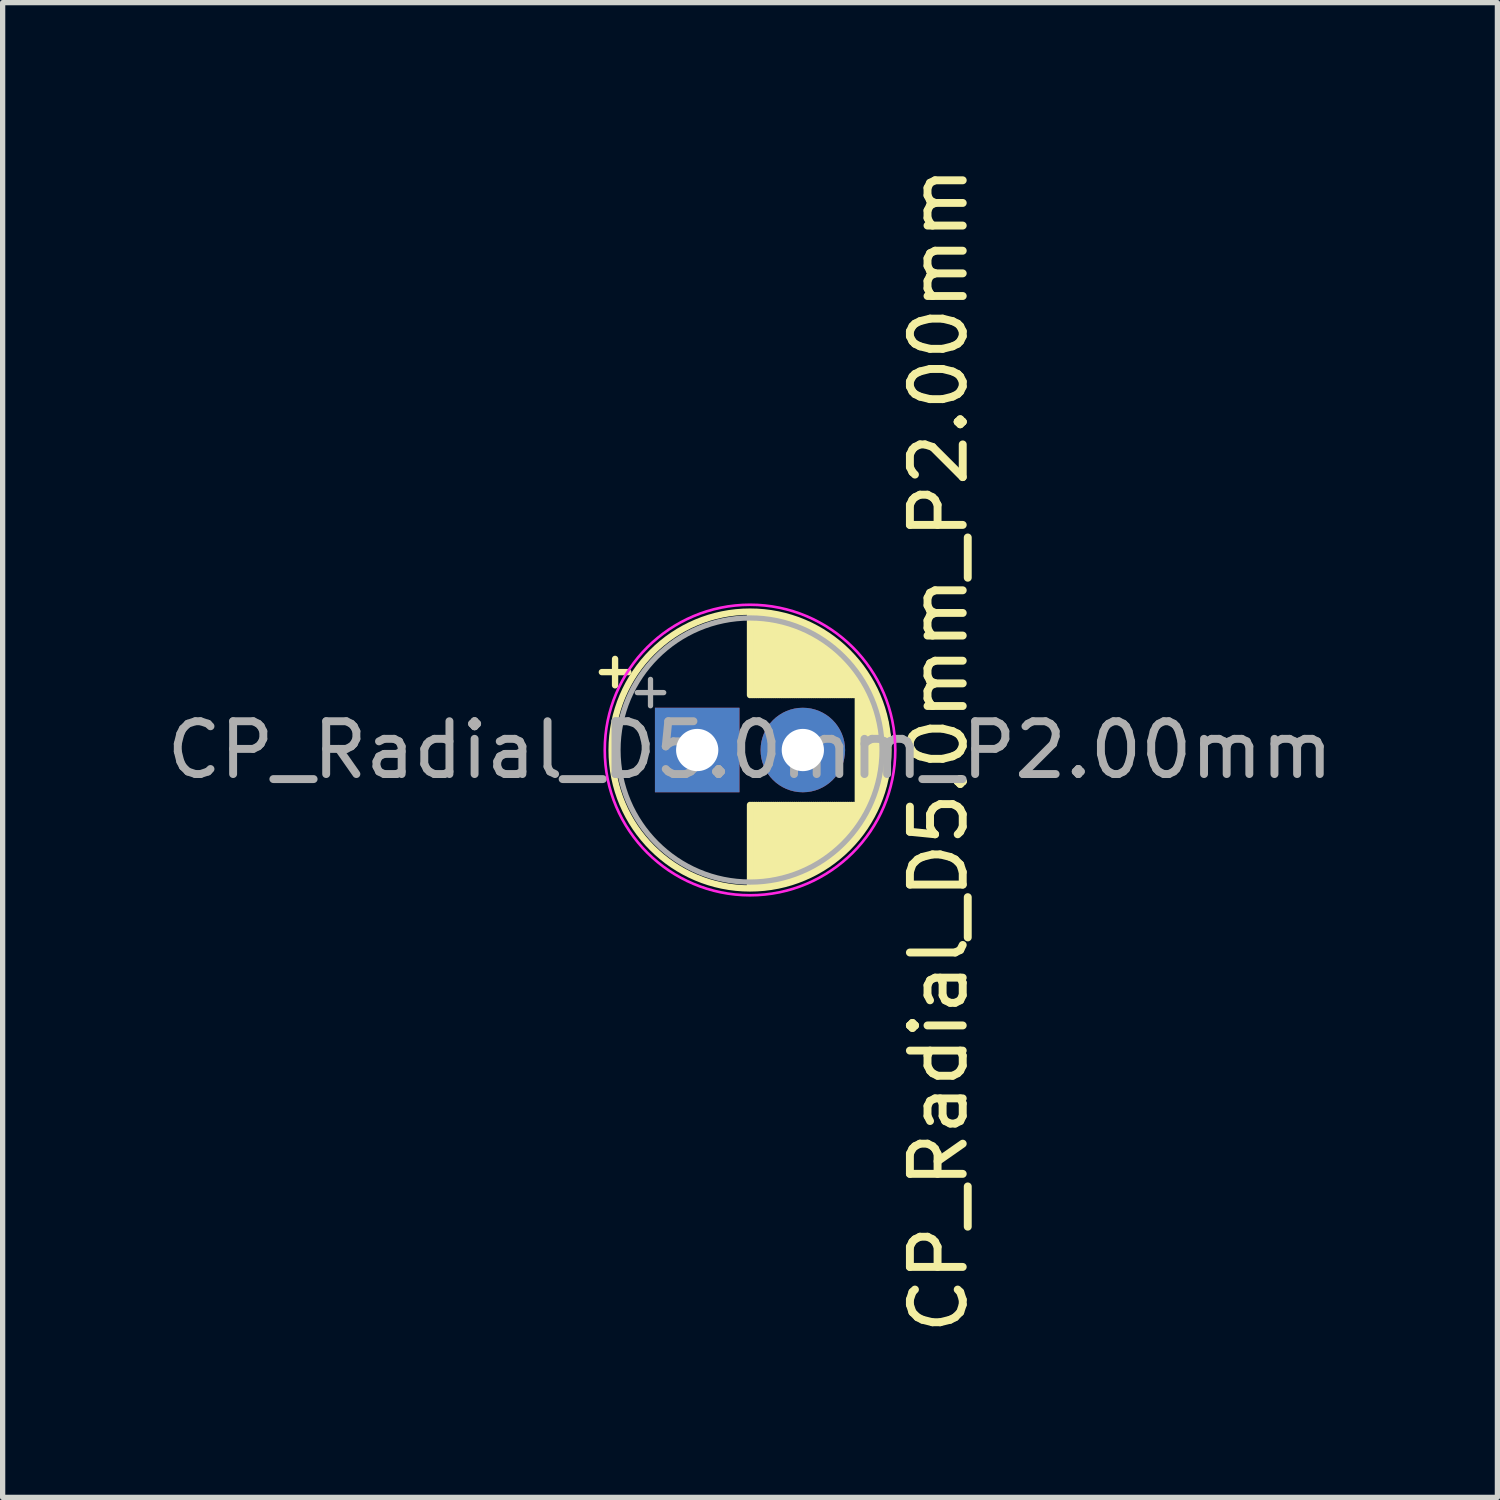
<source format=kicad_pcb>
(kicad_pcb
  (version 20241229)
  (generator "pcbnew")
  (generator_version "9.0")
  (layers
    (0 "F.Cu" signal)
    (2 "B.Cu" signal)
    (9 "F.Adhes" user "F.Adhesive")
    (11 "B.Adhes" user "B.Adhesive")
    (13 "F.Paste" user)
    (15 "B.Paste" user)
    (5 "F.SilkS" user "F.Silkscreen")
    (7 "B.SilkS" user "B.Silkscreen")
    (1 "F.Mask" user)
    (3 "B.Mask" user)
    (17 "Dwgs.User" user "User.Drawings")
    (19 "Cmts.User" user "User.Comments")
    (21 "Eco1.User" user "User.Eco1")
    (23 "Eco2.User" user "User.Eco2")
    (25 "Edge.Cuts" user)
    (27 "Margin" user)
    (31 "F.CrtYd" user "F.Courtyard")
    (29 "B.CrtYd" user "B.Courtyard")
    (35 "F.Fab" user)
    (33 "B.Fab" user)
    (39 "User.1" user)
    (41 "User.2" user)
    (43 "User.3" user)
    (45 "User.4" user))
  (footprint "CP_Radial_D5.0mm_P2.00mm"
    (layer "F.Cu")
    (at 10.149 11.149)
    (property "Reference" "CP_Radial_D5.0mm_P2.00mm" (at 4.572 0 90) (layer "F.SilkS") (effects (font (size 1 1) (thickness 0.15))))
    (attr through_hole)
    (fp_line (start -1.805 -1.475) (end -1.305 -1.475) (stroke (width 0.12) (type solid)) (layer "F.SilkS"))
    (fp_line (start -1.555 -1.725) (end -1.555 -1.225) (stroke (width 0.12) (type solid)) (layer "F.SilkS"))
    (fp_line (start 1 -2.58) (end 1 -1.04) (stroke (width 0.12) (type solid)) (layer "F.SilkS"))
    (fp_line (start 1 1.04) (end 1 2.58) (stroke (width 0.12) (type solid)) (layer "F.SilkS"))
    (fp_line (start 1.04 -2.58) (end 1.04 -1.04) (stroke (width 0.12) (type solid)) (layer "F.SilkS"))
    (fp_line (start 1.04 1.04) (end 1.04 2.58) (stroke (width 0.12) (type solid)) (layer "F.SilkS"))
    (fp_line (start 1.08 -2.579) (end 1.08 -1.04) (stroke (width 0.12) (type solid)) (layer "F.SilkS"))
    (fp_line (start 1.08 1.04) (end 1.08 2.579) (stroke (width 0.12) (type solid)) (layer "F.SilkS"))
    (fp_line (start 1.12 -2.578) (end 1.12 -1.04) (stroke (width 0.12) (type solid)) (layer "F.SilkS"))
    (fp_line (start 1.12 1.04) (end 1.12 2.578) (stroke (width 0.12) (type solid)) (layer "F.SilkS"))
    (fp_line (start 1.16 -2.576) (end 1.16 -1.04) (stroke (width 0.12) (type solid)) (layer "F.SilkS"))
    (fp_line (start 1.16 1.04) (end 1.16 2.576) (stroke (width 0.12) (type solid)) (layer "F.SilkS"))
    (fp_line (start 1.2 -2.573) (end 1.2 -1.04) (stroke (width 0.12) (type solid)) (layer "F.SilkS"))
    (fp_line (start 1.2 1.04) (end 1.2 2.573) (stroke (width 0.12) (type solid)) (layer "F.SilkS"))
    (fp_line (start 1.24 -2.569) (end 1.24 -1.04) (stroke (width 0.12) (type solid)) (layer "F.SilkS"))
    (fp_line (start 1.24 1.04) (end 1.24 2.569) (stroke (width 0.12) (type solid)) (layer "F.SilkS"))
    (fp_line (start 1.28 -2.565) (end 1.28 -1.04) (stroke (width 0.12) (type solid)) (layer "F.SilkS"))
    (fp_line (start 1.28 1.04) (end 1.28 2.565) (stroke (width 0.12) (type solid)) (layer "F.SilkS"))
    (fp_line (start 1.32 -2.561) (end 1.32 -1.04) (stroke (width 0.12) (type solid)) (layer "F.SilkS"))
    (fp_line (start 1.32 1.04) (end 1.32 2.561) (stroke (width 0.12) (type solid)) (layer "F.SilkS"))
    (fp_line (start 1.36 -2.556) (end 1.36 -1.04) (stroke (width 0.12) (type solid)) (layer "F.SilkS"))
    (fp_line (start 1.36 1.04) (end 1.36 2.556) (stroke (width 0.12) (type solid)) (layer "F.SilkS"))
    (fp_line (start 1.4 -2.55) (end 1.4 -1.04) (stroke (width 0.12) (type solid)) (layer "F.SilkS"))
    (fp_line (start 1.4 1.04) (end 1.4 2.55) (stroke (width 0.12) (type solid)) (layer "F.SilkS"))
    (fp_line (start 1.44 -2.543) (end 1.44 -1.04) (stroke (width 0.12) (type solid)) (layer "F.SilkS"))
    (fp_line (start 1.44 1.04) (end 1.44 2.543) (stroke (width 0.12) (type solid)) (layer "F.SilkS"))
    (fp_line (start 1.48 -2.536) (end 1.48 -1.04) (stroke (width 0.12) (type solid)) (layer "F.SilkS"))
    (fp_line (start 1.48 1.04) (end 1.48 2.536) (stroke (width 0.12) (type solid)) (layer "F.SilkS"))
    (fp_line (start 1.52 -2.528) (end 1.52 -1.04) (stroke (width 0.12) (type solid)) (layer "F.SilkS"))
    (fp_line (start 1.52 1.04) (end 1.52 2.528) (stroke (width 0.12) (type solid)) (layer "F.SilkS"))
    (fp_line (start 1.56 -2.52) (end 1.56 -1.04) (stroke (width 0.12) (type solid)) (layer "F.SilkS"))
    (fp_line (start 1.56 1.04) (end 1.56 2.52) (stroke (width 0.12) (type solid)) (layer "F.SilkS"))
    (fp_line (start 1.6 -2.511) (end 1.6 -1.04) (stroke (width 0.12) (type solid)) (layer "F.SilkS"))
    (fp_line (start 1.6 1.04) (end 1.6 2.511) (stroke (width 0.12) (type solid)) (layer "F.SilkS"))
    (fp_line (start 1.64 -2.501) (end 1.64 -1.04) (stroke (width 0.12) (type solid)) (layer "F.SilkS"))
    (fp_line (start 1.64 1.04) (end 1.64 2.501) (stroke (width 0.12) (type solid)) (layer "F.SilkS"))
    (fp_line (start 1.68 -2.491) (end 1.68 -1.04) (stroke (width 0.12) (type solid)) (layer "F.SilkS"))
    (fp_line (start 1.68 1.04) (end 1.68 2.491) (stroke (width 0.12) (type solid)) (layer "F.SilkS"))
    (fp_line (start 1.721 -2.48) (end 1.721 -1.04) (stroke (width 0.12) (type solid)) (layer "F.SilkS"))
    (fp_line (start 1.721 1.04) (end 1.721 2.48) (stroke (width 0.12) (type solid)) (layer "F.SilkS"))
    (fp_line (start 1.761 -2.468) (end 1.761 -1.04) (stroke (width 0.12) (type solid)) (layer "F.SilkS"))
    (fp_line (start 1.761 1.04) (end 1.761 2.468) (stroke (width 0.12) (type solid)) (layer "F.SilkS"))
    (fp_line (start 1.801 -2.455) (end 1.801 -1.04) (stroke (width 0.12) (type solid)) (layer "F.SilkS"))
    (fp_line (start 1.801 1.04) (end 1.801 2.455) (stroke (width 0.12) (type solid)) (layer "F.SilkS"))
    (fp_line (start 1.841 -2.442) (end 1.841 -1.04) (stroke (width 0.12) (type solid)) (layer "F.SilkS"))
    (fp_line (start 1.841 1.04) (end 1.841 2.442) (stroke (width 0.12) (type solid)) (layer "F.SilkS"))
    (fp_line (start 1.881 -2.428) (end 1.881 -1.04) (stroke (width 0.12) (type solid)) (layer "F.SilkS"))
    (fp_line (start 1.881 1.04) (end 1.881 2.428) (stroke (width 0.12) (type solid)) (layer "F.SilkS"))
    (fp_line (start 1.921 -2.414) (end 1.921 -1.04) (stroke (width 0.12) (type solid)) (layer "F.SilkS"))
    (fp_line (start 1.921 1.04) (end 1.921 2.414) (stroke (width 0.12) (type solid)) (layer "F.SilkS"))
    (fp_line (start 1.961 -2.398) (end 1.961 -1.04) (stroke (width 0.12) (type solid)) (layer "F.SilkS"))
    (fp_line (start 1.961 1.04) (end 1.961 2.398) (stroke (width 0.12) (type solid)) (layer "F.SilkS"))
    (fp_line (start 2.001 -2.382) (end 2.001 -1.04) (stroke (width 0.12) (type solid)) (layer "F.SilkS"))
    (fp_line (start 2.001 1.04) (end 2.001 2.382) (stroke (width 0.12) (type solid)) (layer "F.SilkS"))
    (fp_line (start 2.041 -2.365) (end 2.041 -1.04) (stroke (width 0.12) (type solid)) (layer "F.SilkS"))
    (fp_line (start 2.041 1.04) (end 2.041 2.365) (stroke (width 0.12) (type solid)) (layer "F.SilkS"))
    (fp_line (start 2.081 -2.348) (end 2.081 -1.04) (stroke (width 0.12) (type solid)) (layer "F.SilkS"))
    (fp_line (start 2.081 1.04) (end 2.081 2.348) (stroke (width 0.12) (type solid)) (layer "F.SilkS"))
    (fp_line (start 2.121 -2.329) (end 2.121 -1.04) (stroke (width 0.12) (type solid)) (layer "F.SilkS"))
    (fp_line (start 2.121 1.04) (end 2.121 2.329) (stroke (width 0.12) (type solid)) (layer "F.SilkS"))
    (fp_line (start 2.161 -2.31) (end 2.161 -1.04) (stroke (width 0.12) (type solid)) (layer "F.SilkS"))
    (fp_line (start 2.161 1.04) (end 2.161 2.31) (stroke (width 0.12) (type solid)) (layer "F.SilkS"))
    (fp_line (start 2.201 -2.29) (end 2.201 -1.04) (stroke (width 0.12) (type solid)) (layer "F.SilkS"))
    (fp_line (start 2.201 1.04) (end 2.201 2.29) (stroke (width 0.12) (type solid)) (layer "F.SilkS"))
    (fp_line (start 2.241 -2.268) (end 2.241 -1.04) (stroke (width 0.12) (type solid)) (layer "F.SilkS"))
    (fp_line (start 2.241 1.04) (end 2.241 2.268) (stroke (width 0.12) (type solid)) (layer "F.SilkS"))
    (fp_line (start 2.281 -2.247) (end 2.281 -1.04) (stroke (width 0.12) (type solid)) (layer "F.SilkS"))
    (fp_line (start 2.281 1.04) (end 2.281 2.247) (stroke (width 0.12) (type solid)) (layer "F.SilkS"))
    (fp_line (start 2.321 -2.224) (end 2.321 -1.04) (stroke (width 0.12) (type solid)) (layer "F.SilkS"))
    (fp_line (start 2.321 1.04) (end 2.321 2.224) (stroke (width 0.12) (type solid)) (layer "F.SilkS"))
    (fp_line (start 2.361 -2.2) (end 2.361 -1.04) (stroke (width 0.12) (type solid)) (layer "F.SilkS"))
    (fp_line (start 2.361 1.04) (end 2.361 2.2) (stroke (width 0.12) (type solid)) (layer "F.SilkS"))
    (fp_line (start 2.401 -2.175) (end 2.401 -1.04) (stroke (width 0.12) (type solid)) (layer "F.SilkS"))
    (fp_line (start 2.401 1.04) (end 2.401 2.175) (stroke (width 0.12) (type solid)) (layer "F.SilkS"))
    (fp_line (start 2.441 -2.149) (end 2.441 -1.04) (stroke (width 0.12) (type solid)) (layer "F.SilkS"))
    (fp_line (start 2.441 1.04) (end 2.441 2.149) (stroke (width 0.12) (type solid)) (layer "F.SilkS"))
    (fp_line (start 2.481 -2.122) (end 2.481 -1.04) (stroke (width 0.12) (type solid)) (layer "F.SilkS"))
    (fp_line (start 2.481 1.04) (end 2.481 2.122) (stroke (width 0.12) (type solid)) (layer "F.SilkS"))
    (fp_line (start 2.521 -2.095) (end 2.521 -1.04) (stroke (width 0.12) (type solid)) (layer "F.SilkS"))
    (fp_line (start 2.521 1.04) (end 2.521 2.095) (stroke (width 0.12) (type solid)) (layer "F.SilkS"))
    (fp_line (start 2.561 -2.065) (end 2.561 -1.04) (stroke (width 0.12) (type solid)) (layer "F.SilkS"))
    (fp_line (start 2.561 1.04) (end 2.561 2.065) (stroke (width 0.12) (type solid)) (layer "F.SilkS"))
    (fp_line (start 2.601 -2.035) (end 2.601 -1.04) (stroke (width 0.12) (type solid)) (layer "F.SilkS"))
    (fp_line (start 2.601 1.04) (end 2.601 2.035) (stroke (width 0.12) (type solid)) (layer "F.SilkS"))
    (fp_line (start 2.641 -2.004) (end 2.641 -1.04) (stroke (width 0.12) (type solid)) (layer "F.SilkS"))
    (fp_line (start 2.641 1.04) (end 2.641 2.004) (stroke (width 0.12) (type solid)) (layer "F.SilkS"))
    (fp_line (start 2.681 -1.971) (end 2.681 -1.04) (stroke (width 0.12) (type solid)) (layer "F.SilkS"))
    (fp_line (start 2.681 1.04) (end 2.681 1.971) (stroke (width 0.12) (type solid)) (layer "F.SilkS"))
    (fp_line (start 2.721 -1.937) (end 2.721 -1.04) (stroke (width 0.12) (type solid)) (layer "F.SilkS"))
    (fp_line (start 2.721 1.04) (end 2.721 1.937) (stroke (width 0.12) (type solid)) (layer "F.SilkS"))
    (fp_line (start 2.761 -1.901) (end 2.761 -1.04) (stroke (width 0.12) (type solid)) (layer "F.SilkS"))
    (fp_line (start 2.761 1.04) (end 2.761 1.901) (stroke (width 0.12) (type solid)) (layer "F.SilkS"))
    (fp_line (start 2.801 -1.864) (end 2.801 -1.04) (stroke (width 0.12) (type solid)) (layer "F.SilkS"))
    (fp_line (start 2.801 1.04) (end 2.801 1.864) (stroke (width 0.12) (type solid)) (layer "F.SilkS"))
    (fp_line (start 2.841 -1.826) (end 2.841 -1.04) (stroke (width 0.12) (type solid)) (layer "F.SilkS"))
    (fp_line (start 2.841 1.04) (end 2.841 1.826) (stroke (width 0.12) (type solid)) (layer "F.SilkS"))
    (fp_line (start 2.881 -1.785) (end 2.881 -1.04) (stroke (width 0.12) (type solid)) (layer "F.SilkS"))
    (fp_line (start 2.881 1.04) (end 2.881 1.785) (stroke (width 0.12) (type solid)) (layer "F.SilkS"))
    (fp_line (start 2.921 -1.743) (end 2.921 -1.04) (stroke (width 0.12) (type solid)) (layer "F.SilkS"))
    (fp_line (start 2.921 1.04) (end 2.921 1.743) (stroke (width 0.12) (type solid)) (layer "F.SilkS"))
    (fp_line (start 2.961 -1.699) (end 2.961 -1.04) (stroke (width 0.12) (type solid)) (layer "F.SilkS"))
    (fp_line (start 2.961 1.04) (end 2.961 1.699) (stroke (width 0.12) (type solid)) (layer "F.SilkS"))
    (fp_line (start 3.001 -1.653) (end 3.001 -1.04) (stroke (width 0.12) (type solid)) (layer "F.SilkS"))
    (fp_line (start 3.001 1.04) (end 3.001 1.653) (stroke (width 0.12) (type solid)) (layer "F.SilkS"))
    (fp_line (start 3.041 -1.605) (end 3.041 1.605) (stroke (width 0.12) (type solid)) (layer "F.SilkS"))
    (fp_line (start 3.081 -1.554) (end 3.081 1.554) (stroke (width 0.12) (type solid)) (layer "F.SilkS"))
    (fp_line (start 3.121 -1.5) (end 3.121 1.5) (stroke (width 0.12) (type solid)) (layer "F.SilkS"))
    (fp_line (start 3.161 -1.443) (end 3.161 1.443) (stroke (width 0.12) (type solid)) (layer "F.SilkS"))
    (fp_line (start 3.201 -1.383) (end 3.201 1.383) (stroke (width 0.12) (type solid)) (layer "F.SilkS"))
    (fp_line (start 3.241 -1.319) (end 3.241 1.319) (stroke (width 0.12) (type solid)) (layer "F.SilkS"))
    (fp_line (start 3.281 -1.251) (end 3.281 1.251) (stroke (width 0.12) (type solid)) (layer "F.SilkS"))
    (fp_line (start 3.321 -1.178) (end 3.321 1.178) (stroke (width 0.12) (type solid)) (layer "F.SilkS"))
    (fp_line (start 3.361 -1.098) (end 3.361 1.098) (stroke (width 0.12) (type solid)) (layer "F.SilkS"))
    (fp_line (start 3.401 -1.011) (end 3.401 1.011) (stroke (width 0.12) (type solid)) (layer "F.SilkS"))
    (fp_line (start 3.441 -0.915) (end 3.441 0.915) (stroke (width 0.12) (type solid)) (layer "F.SilkS"))
    (fp_line (start 3.481 -0.805) (end 3.481 0.805) (stroke (width 0.12) (type solid)) (layer "F.SilkS"))
    (fp_line (start 3.521 -0.677) (end 3.521 0.677) (stroke (width 0.12) (type solid)) (layer "F.SilkS"))
    (fp_line (start 3.561 -0.518) (end 3.561 0.518) (stroke (width 0.12) (type solid)) (layer "F.SilkS"))
    (fp_line (start 3.601 -0.284) (end 3.601 0.284) (stroke (width 0.12) (type solid)) (layer "F.SilkS"))
    (fp_circle (center 1 0) (end 3.62 0) (stroke (width 0.12) (type solid)) (fill no) (layer "F.SilkS"))
    (fp_circle (center 1 0) (end 3.75 0) (stroke (width 0.05) (type solid)) (fill no) (layer "F.CrtYd"))
    (fp_line (start -1.134 -1.087) (end -0.634 -1.087) (stroke (width 0.1) (type solid)) (layer "F.Fab"))
    (fp_line (start -0.884 -1.337) (end -0.884 -0.838) (stroke (width 0.1) (type solid)) (layer "F.Fab"))
    (fp_circle (center 1 0) (end 3.5 0) (stroke (width 0.1) (type solid)) (fill no) (layer "F.Fab"))
    (fp_text user "${REFERENCE}" (at 1 0 0) (layer "F.Fab") (effects (font (size 1 1) (thickness 0.15))))
    (pad "1" thru_hole rect (at 0 0) (size 1.6 1.6) (drill 0.8) (layers "*.Cu" "*.Mask"))
    (pad "2" thru_hole circle (at 2 0) (size 1.6 1.6) (drill 0.8) (layers "*.Cu" "*.Mask")))
  (gr_rect
    (start -3 -3)
    (end 25.298 25.298)
    (stroke (width 0.1) (type default))
    (fill no)
    (layer "Edge.Cuts")))
</source>
